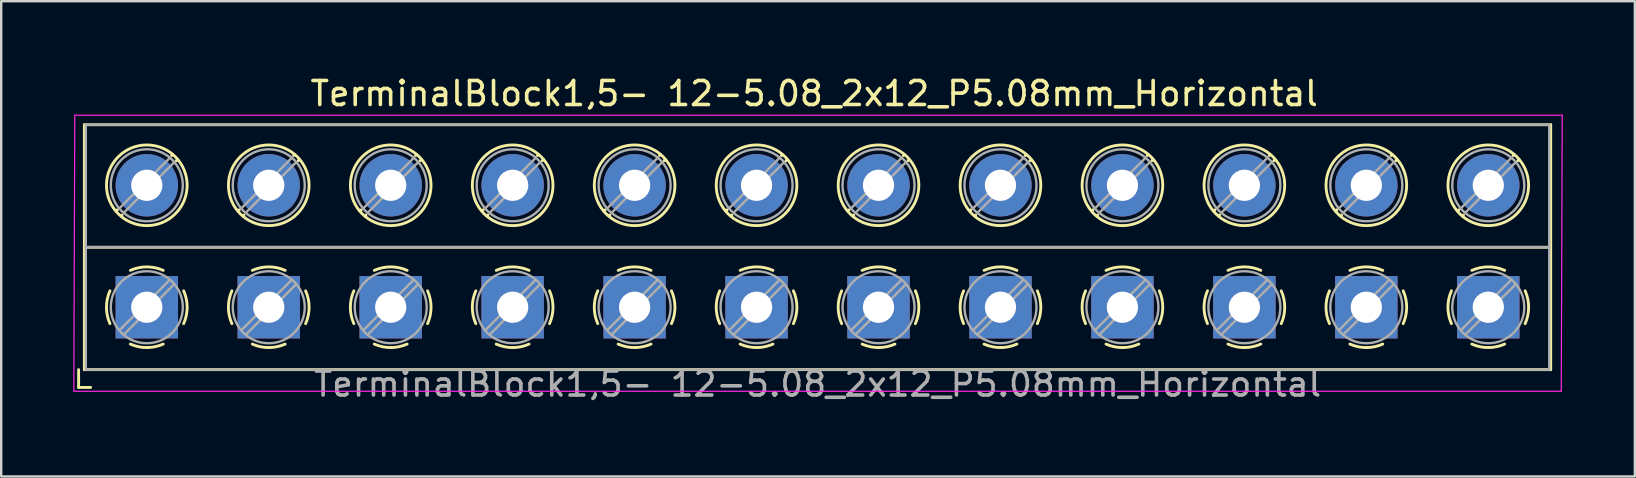
<source format=kicad_pcb>
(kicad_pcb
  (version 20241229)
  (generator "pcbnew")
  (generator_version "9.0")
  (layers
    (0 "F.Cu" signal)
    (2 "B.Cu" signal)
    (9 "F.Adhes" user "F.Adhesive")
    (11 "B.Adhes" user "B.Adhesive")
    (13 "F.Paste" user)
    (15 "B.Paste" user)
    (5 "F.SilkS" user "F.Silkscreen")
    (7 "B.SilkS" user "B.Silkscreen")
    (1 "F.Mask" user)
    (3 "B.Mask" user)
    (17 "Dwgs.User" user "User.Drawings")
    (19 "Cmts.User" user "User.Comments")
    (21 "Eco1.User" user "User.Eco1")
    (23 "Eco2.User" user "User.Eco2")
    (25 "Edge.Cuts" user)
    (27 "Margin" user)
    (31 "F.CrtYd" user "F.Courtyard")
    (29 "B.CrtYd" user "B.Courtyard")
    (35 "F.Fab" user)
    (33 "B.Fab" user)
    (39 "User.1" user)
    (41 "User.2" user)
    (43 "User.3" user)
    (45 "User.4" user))
  (footprint "TerminalBlock1,5- 12-5.08_2x12_P5.08mm_Horizontal"
    (layer "F.Cu")
    (at 3.065 9.748)
    (property "Reference" "TerminalBlock1,5- 12-5.08_2x12_P5.08mm_Horizontal" (at 27.8 -8.9 0) (layer "F.SilkS") (effects (font (size 1 1) (thickness 0.15))))
    (attr through_hole)
    (fp_line (start -2.84 2.6) (end -2.84 3.34) (stroke (width 0.12) (type solid)) (layer "F.SilkS"))
    (fp_line (start -2.84 3.34) (end -2.34 3.34) (stroke (width 0.12) (type solid)) (layer "F.SilkS"))
    (fp_line (start -2.6 -7.6) (end -2.6 2.6) (stroke (width 0.12) (type solid)) (layer "F.SilkS"))
    (fp_line (start -2.6 -7.6) (end 58.48 -7.6) (stroke (width 0.12) (type solid)) (layer "F.SilkS"))
    (fp_line (start -2.6 -2.5) (end 58.48 -2.5) (stroke (width 0.12) (type solid)) (layer "F.SilkS"))
    (fp_line (start -2.6 2.6) (end 58.48 2.6) (stroke (width 0.12) (type solid)) (layer "F.SilkS"))
    (fp_line (start -1.227 -4.057) (end -1.274 -4.011) (stroke (width 0.12) (type solid)) (layer "F.SilkS"))
    (fp_line (start -1.034 -3.841) (end -1.069 -3.806) (stroke (width 0.12) (type solid)) (layer "F.SilkS"))
    (fp_line (start 1.07 -6.355) (end 1.035 -6.319) (stroke (width 0.12) (type solid)) (layer "F.SilkS"))
    (fp_line (start 1.275 -6.149) (end 1.228 -6.103) (stroke (width 0.12) (type solid)) (layer "F.SilkS"))
    (fp_line (start 3.853 -4.057) (end 3.806 -4.011) (stroke (width 0.12) (type solid)) (layer "F.SilkS"))
    (fp_line (start 4.046 -3.841) (end 4.011 -3.806) (stroke (width 0.12) (type solid)) (layer "F.SilkS"))
    (fp_line (start 6.15 -6.355) (end 6.115 -6.319) (stroke (width 0.12) (type solid)) (layer "F.SilkS"))
    (fp_line (start 6.355 -6.149) (end 6.308 -6.103) (stroke (width 0.12) (type solid)) (layer "F.SilkS"))
    (fp_line (start 8.933 -4.057) (end 8.886 -4.011) (stroke (width 0.12) (type solid)) (layer "F.SilkS"))
    (fp_line (start 9.126 -3.841) (end 9.091 -3.806) (stroke (width 0.12) (type solid)) (layer "F.SilkS"))
    (fp_line (start 11.23 -6.355) (end 11.195 -6.319) (stroke (width 0.12) (type solid)) (layer "F.SilkS"))
    (fp_line (start 11.435 -6.149) (end 11.388 -6.103) (stroke (width 0.12) (type solid)) (layer "F.SilkS"))
    (fp_line (start 14.013 -4.057) (end 13.966 -4.011) (stroke (width 0.12) (type solid)) (layer "F.SilkS"))
    (fp_line (start 14.206 -3.841) (end 14.171 -3.806) (stroke (width 0.12) (type solid)) (layer "F.SilkS"))
    (fp_line (start 16.31 -6.355) (end 16.275 -6.319) (stroke (width 0.12) (type solid)) (layer "F.SilkS"))
    (fp_line (start 16.515 -6.149) (end 16.468 -6.103) (stroke (width 0.12) (type solid)) (layer "F.SilkS"))
    (fp_line (start 19.093 -4.057) (end 19.046 -4.011) (stroke (width 0.12) (type solid)) (layer "F.SilkS"))
    (fp_line (start 19.286 -3.841) (end 19.251 -3.806) (stroke (width 0.12) (type solid)) (layer "F.SilkS"))
    (fp_line (start 21.39 -6.355) (end 21.355 -6.319) (stroke (width 0.12) (type solid)) (layer "F.SilkS"))
    (fp_line (start 21.595 -6.149) (end 21.548 -6.103) (stroke (width 0.12) (type solid)) (layer "F.SilkS"))
    (fp_line (start 24.173 -4.057) (end 24.126 -4.011) (stroke (width 0.12) (type solid)) (layer "F.SilkS"))
    (fp_line (start 24.366 -3.841) (end 24.331 -3.806) (stroke (width 0.12) (type solid)) (layer "F.SilkS"))
    (fp_line (start 26.47 -6.355) (end 26.435 -6.319) (stroke (width 0.12) (type solid)) (layer "F.SilkS"))
    (fp_line (start 26.675 -6.149) (end 26.628 -6.103) (stroke (width 0.12) (type solid)) (layer "F.SilkS"))
    (fp_line (start 29.253 -4.057) (end 29.206 -4.011) (stroke (width 0.12) (type solid)) (layer "F.SilkS"))
    (fp_line (start 29.446 -3.841) (end 29.411 -3.806) (stroke (width 0.12) (type solid)) (layer "F.SilkS"))
    (fp_line (start 31.55 -6.355) (end 31.515 -6.319) (stroke (width 0.12) (type solid)) (layer "F.SilkS"))
    (fp_line (start 31.755 -6.149) (end 31.708 -6.103) (stroke (width 0.12) (type solid)) (layer "F.SilkS"))
    (fp_line (start 34.333 -4.057) (end 34.286 -4.011) (stroke (width 0.12) (type solid)) (layer "F.SilkS"))
    (fp_line (start 34.526 -3.841) (end 34.491 -3.806) (stroke (width 0.12) (type solid)) (layer "F.SilkS"))
    (fp_line (start 36.63 -6.355) (end 36.595 -6.319) (stroke (width 0.12) (type solid)) (layer "F.SilkS"))
    (fp_line (start 36.835 -6.149) (end 36.788 -6.103) (stroke (width 0.12) (type solid)) (layer "F.SilkS"))
    (fp_line (start 39.413 -4.057) (end 39.366 -4.011) (stroke (width 0.12) (type solid)) (layer "F.SilkS"))
    (fp_line (start 39.606 -3.841) (end 39.571 -3.806) (stroke (width 0.12) (type solid)) (layer "F.SilkS"))
    (fp_line (start 41.71 -6.355) (end 41.675 -6.319) (stroke (width 0.12) (type solid)) (layer "F.SilkS"))
    (fp_line (start 41.915 -6.149) (end 41.868 -6.103) (stroke (width 0.12) (type solid)) (layer "F.SilkS"))
    (fp_line (start 44.493 -4.057) (end 44.446 -4.011) (stroke (width 0.12) (type solid)) (layer "F.SilkS"))
    (fp_line (start 44.686 -3.841) (end 44.651 -3.806) (stroke (width 0.12) (type solid)) (layer "F.SilkS"))
    (fp_line (start 46.79 -6.355) (end 46.755 -6.319) (stroke (width 0.12) (type solid)) (layer "F.SilkS"))
    (fp_line (start 46.995 -6.149) (end 46.948 -6.103) (stroke (width 0.12) (type solid)) (layer "F.SilkS"))
    (fp_line (start 49.573 -4.057) (end 49.526 -4.011) (stroke (width 0.12) (type solid)) (layer "F.SilkS"))
    (fp_line (start 49.766 -3.841) (end 49.731 -3.806) (stroke (width 0.12) (type solid)) (layer "F.SilkS"))
    (fp_line (start 51.87 -6.355) (end 51.835 -6.319) (stroke (width 0.12) (type solid)) (layer "F.SilkS"))
    (fp_line (start 52.075 -6.149) (end 52.028 -6.103) (stroke (width 0.12) (type solid)) (layer "F.SilkS"))
    (fp_line (start 54.653 -4.057) (end 54.606 -4.011) (stroke (width 0.12) (type solid)) (layer "F.SilkS"))
    (fp_line (start 54.846 -3.841) (end 54.811 -3.806) (stroke (width 0.12) (type solid)) (layer "F.SilkS"))
    (fp_line (start 56.95 -6.355) (end 56.915 -6.319) (stroke (width 0.12) (type solid)) (layer "F.SilkS"))
    (fp_line (start 57.155 -6.149) (end 57.108 -6.103) (stroke (width 0.12) (type solid)) (layer "F.SilkS"))
    (fp_line (start 58.48 -7.6) (end 58.48 2.6) (stroke (width 0.12) (type solid)) (layer "F.SilkS"))
    (fp_arc (start -1.535427 0.683042) (mid -1.680501 -0.000524) (end -1.535 -0.684) (stroke (width 0.12) (type solid)) (layer "F.SilkS"))
    (fp_arc (start -0.683042 -1.535427) (mid 0.000524 -1.680501) (end 0.684 -1.535) (stroke (width 0.12) (type solid)) (layer "F.SilkS"))
    (fp_arc (start 0.028805 1.680253) (mid -0.335551 1.646659) (end -0.684 1.535) (stroke (width 0.12) (type solid)) (layer "F.SilkS"))
    (fp_arc (start 0.683318 1.534756) (mid 0.349292 1.643288) (end 0 1.68) (stroke (width 0.12) (type solid)) (layer "F.SilkS"))
    (fp_arc (start 1.535427 -0.683042) (mid 1.680501 0.000524) (end 1.535 0.684) (stroke (width 0.12) (type solid)) (layer "F.SilkS"))
    (fp_arc (start 3.544573 0.683042) (mid 3.399499 -0.000524) (end 3.545 -0.684) (stroke (width 0.12) (type solid)) (layer "F.SilkS"))
    (fp_arc (start 4.396958 -1.535427) (mid 5.080524 -1.680501) (end 5.764 -1.535) (stroke (width 0.12) (type solid)) (layer "F.SilkS"))
    (fp_arc (start 5.108805 1.680253) (mid 4.744449 1.646659) (end 4.396 1.535) (stroke (width 0.12) (type solid)) (layer "F.SilkS"))
    (fp_arc (start 5.763318 1.534756) (mid 5.429292 1.643288) (end 5.08 1.68) (stroke (width 0.12) (type solid)) (layer "F.SilkS"))
    (fp_arc (start 6.615427 -0.683042) (mid 6.760501 0.000524) (end 6.615 0.684) (stroke (width 0.12) (type solid)) (layer "F.SilkS"))
    (fp_arc (start 8.624573 0.683042) (mid 8.479499 -0.000524) (end 8.625 -0.684) (stroke (width 0.12) (type solid)) (layer "F.SilkS"))
    (fp_arc (start 9.476958 -1.535427) (mid 10.160524 -1.680501) (end 10.844 -1.535) (stroke (width 0.12) (type solid)) (layer "F.SilkS"))
    (fp_arc (start 10.188805 1.680253) (mid 9.824449 1.646659) (end 9.476 1.535) (stroke (width 0.12) (type solid)) (layer "F.SilkS"))
    (fp_arc (start 10.843318 1.534756) (mid 10.509292 1.643288) (end 10.16 1.68) (stroke (width 0.12) (type solid)) (layer "F.SilkS"))
    (fp_arc (start 11.695427 -0.683042) (mid 11.840501 0.000524) (end 11.695 0.684) (stroke (width 0.12) (type solid)) (layer "F.SilkS"))
    (fp_arc (start 13.704573 0.683042) (mid 13.559499 -0.000524) (end 13.705 -0.684) (stroke (width 0.12) (type solid)) (layer "F.SilkS"))
    (fp_arc (start 14.556958 -1.535427) (mid 15.240524 -1.680501) (end 15.924 -1.535) (stroke (width 0.12) (type solid)) (layer "F.SilkS"))
    (fp_arc (start 15.268805 1.680253) (mid 14.904449 1.646659) (end 14.556 1.535) (stroke (width 0.12) (type solid)) (layer "F.SilkS"))
    (fp_arc (start 15.923318 1.534756) (mid 15.589292 1.643288) (end 15.24 1.68) (stroke (width 0.12) (type solid)) (layer "F.SilkS"))
    (fp_arc (start 16.775427 -0.683042) (mid 16.920501 0.000524) (end 16.775 0.684) (stroke (width 0.12) (type solid)) (layer "F.SilkS"))
    (fp_arc (start 18.784573 0.683042) (mid 18.639499 -0.000524) (end 18.785 -0.684) (stroke (width 0.12) (type solid)) (layer "F.SilkS"))
    (fp_arc (start 19.636958 -1.535427) (mid 20.320524 -1.680501) (end 21.004 -1.535) (stroke (width 0.12) (type solid)) (layer "F.SilkS"))
    (fp_arc (start 20.348805 1.680253) (mid 19.984449 1.646659) (end 19.636 1.535) (stroke (width 0.12) (type solid)) (layer "F.SilkS"))
    (fp_arc (start 21.003318 1.534756) (mid 20.669292 1.643288) (end 20.32 1.68) (stroke (width 0.12) (type solid)) (layer "F.SilkS"))
    (fp_arc (start 21.855427 -0.683042) (mid 22.000501 0.000524) (end 21.855 0.684) (stroke (width 0.12) (type solid)) (layer "F.SilkS"))
    (fp_arc (start 23.864573 0.683042) (mid 23.719499 -0.000524) (end 23.865 -0.684) (stroke (width 0.12) (type solid)) (layer "F.SilkS"))
    (fp_arc (start 24.716958 -1.535427) (mid 25.400524 -1.680501) (end 26.084 -1.535) (stroke (width 0.12) (type solid)) (layer "F.SilkS"))
    (fp_arc (start 25.428805 1.680253) (mid 25.064449 1.646659) (end 24.716 1.535) (stroke (width 0.12) (type solid)) (layer "F.SilkS"))
    (fp_arc (start 26.083318 1.534756) (mid 25.749292 1.643288) (end 25.4 1.68) (stroke (width 0.12) (type solid)) (layer "F.SilkS"))
    (fp_arc (start 26.935427 -0.683042) (mid 27.080501 0.000524) (end 26.935 0.684) (stroke (width 0.12) (type solid)) (layer "F.SilkS"))
    (fp_arc (start 28.944573 0.683042) (mid 28.799499 -0.000524) (end 28.945 -0.684) (stroke (width 0.12) (type solid)) (layer "F.SilkS"))
    (fp_arc (start 29.796958 -1.535427) (mid 30.480524 -1.680501) (end 31.164 -1.535) (stroke (width 0.12) (type solid)) (layer "F.SilkS"))
    (fp_arc (start 30.508805 1.680253) (mid 30.144449 1.646659) (end 29.796 1.535) (stroke (width 0.12) (type solid)) (layer "F.SilkS"))
    (fp_arc (start 31.163318 1.534756) (mid 30.829292 1.643288) (end 30.48 1.68) (stroke (width 0.12) (type solid)) (layer "F.SilkS"))
    (fp_arc (start 32.015427 -0.683042) (mid 32.160501 0.000524) (end 32.015 0.684) (stroke (width 0.12) (type solid)) (layer "F.SilkS"))
    (fp_arc (start 34.024573 0.683042) (mid 33.879499 -0.000524) (end 34.025 -0.684) (stroke (width 0.12) (type solid)) (layer "F.SilkS"))
    (fp_arc (start 34.876958 -1.535427) (mid 35.560524 -1.680501) (end 36.244 -1.535) (stroke (width 0.12) (type solid)) (layer "F.SilkS"))
    (fp_arc (start 35.588805 1.680253) (mid 35.224449 1.646659) (end 34.876 1.535) (stroke (width 0.12) (type solid)) (layer "F.SilkS"))
    (fp_arc (start 36.243318 1.534756) (mid 35.909292 1.643288) (end 35.56 1.68) (stroke (width 0.12) (type solid)) (layer "F.SilkS"))
    (fp_arc (start 37.095427 -0.683042) (mid 37.240501 0.000524) (end 37.095 0.684) (stroke (width 0.12) (type solid)) (layer "F.SilkS"))
    (fp_arc (start 39.104573 0.683042) (mid 38.959499 -0.000524) (end 39.105 -0.684) (stroke (width 0.12) (type solid)) (layer "F.SilkS"))
    (fp_arc (start 39.956958 -1.535427) (mid 40.640524 -1.680501) (end 41.324 -1.535) (stroke (width 0.12) (type solid)) (layer "F.SilkS"))
    (fp_arc (start 40.668805 1.680253) (mid 40.304449 1.646659) (end 39.956 1.535) (stroke (width 0.12) (type solid)) (layer "F.SilkS"))
    (fp_arc (start 41.323318 1.534756) (mid 40.989292 1.643288) (end 40.64 1.68) (stroke (width 0.12) (type solid)) (layer "F.SilkS"))
    (fp_arc (start 42.175427 -0.683042) (mid 42.320501 0.000524) (end 42.175 0.684) (stroke (width 0.12) (type solid)) (layer "F.SilkS"))
    (fp_arc (start 44.184573 0.683042) (mid 44.039499 -0.000524) (end 44.185 -0.684) (stroke (width 0.12) (type solid)) (layer "F.SilkS"))
    (fp_arc (start 45.036958 -1.535427) (mid 45.720524 -1.680501) (end 46.404 -1.535) (stroke (width 0.12) (type solid)) (layer "F.SilkS"))
    (fp_arc (start 45.748805 1.680253) (mid 45.384449 1.646659) (end 45.036 1.535) (stroke (width 0.12) (type solid)) (layer "F.SilkS"))
    (fp_arc (start 46.403318 1.534756) (mid 46.069292 1.643288) (end 45.72 1.68) (stroke (width 0.12) (type solid)) (layer "F.SilkS"))
    (fp_arc (start 47.255427 -0.683042) (mid 47.400501 0.000524) (end 47.255 0.684) (stroke (width 0.12) (type solid)) (layer "F.SilkS"))
    (fp_arc (start 49.264573 0.683042) (mid 49.119499 -0.000524) (end 49.265 -0.684) (stroke (width 0.12) (type solid)) (layer "F.SilkS"))
    (fp_arc (start 50.116958 -1.535427) (mid 50.800524 -1.680501) (end 51.484 -1.535) (stroke (width 0.12) (type solid)) (layer "F.SilkS"))
    (fp_arc (start 50.828805 1.680253) (mid 50.464449 1.646659) (end 50.116 1.535) (stroke (width 0.12) (type solid)) (layer "F.SilkS"))
    (fp_arc (start 51.483318 1.534756) (mid 51.149292 1.643288) (end 50.8 1.68) (stroke (width 0.12) (type solid)) (layer "F.SilkS"))
    (fp_arc (start 52.335427 -0.683042) (mid 52.480501 0.000524) (end 52.335 0.684) (stroke (width 0.12) (type solid)) (layer "F.SilkS"))
    (fp_arc (start 54.344573 0.683042) (mid 54.199499 -0.000524) (end 54.345 -0.684) (stroke (width 0.12) (type solid)) (layer "F.SilkS"))
    (fp_arc (start 55.196958 -1.535427) (mid 55.880524 -1.680501) (end 56.564 -1.535) (stroke (width 0.12) (type solid)) (layer "F.SilkS"))
    (fp_arc (start 55.908805 1.680253) (mid 55.544449 1.646659) (end 55.196 1.535) (stroke (width 0.12) (type solid)) (layer "F.SilkS"))
    (fp_arc (start 56.563318 1.534756) (mid 56.229292 1.643288) (end 55.88 1.68) (stroke (width 0.12) (type solid)) (layer "F.SilkS"))
    (fp_arc (start 57.415427 -0.683042) (mid 57.560501 0.000524) (end 57.415 0.684) (stroke (width 0.12) (type solid)) (layer "F.SilkS"))
    (fp_circle (center 0 -5.08) (end 1.68 -5.08) (stroke (width 0.12) (type solid)) (fill no) (layer "F.SilkS"))
    (fp_circle (center 5.08 -5.08) (end 6.76 -5.08) (stroke (width 0.12) (type solid)) (fill no) (layer "F.SilkS"))
    (fp_circle (center 10.16 -5.08) (end 11.84 -5.08) (stroke (width 0.12) (type solid)) (fill no) (layer "F.SilkS"))
    (fp_circle (center 15.24 -5.08) (end 16.92 -5.08) (stroke (width 0.12) (type solid)) (fill no) (layer "F.SilkS"))
    (fp_circle (center 20.32 -5.08) (end 22 -5.08) (stroke (width 0.12) (type solid)) (fill no) (layer "F.SilkS"))
    (fp_circle (center 25.4 -5.08) (end 27.08 -5.08) (stroke (width 0.12) (type solid)) (fill no) (layer "F.SilkS"))
    (fp_circle (center 30.48 -5.08) (end 32.16 -5.08) (stroke (width 0.12) (type solid)) (fill no) (layer "F.SilkS"))
    (fp_circle (center 35.56 -5.08) (end 37.24 -5.08) (stroke (width 0.12) (type solid)) (fill no) (layer "F.SilkS"))
    (fp_circle (center 40.64 -5.08) (end 42.32 -5.08) (stroke (width 0.12) (type solid)) (fill no) (layer "F.SilkS"))
    (fp_circle (center 45.72 -5.08) (end 47.4 -5.08) (stroke (width 0.12) (type solid)) (fill no) (layer "F.SilkS"))
    (fp_circle (center 50.8 -5.08) (end 52.48 -5.08) (stroke (width 0.12) (type solid)) (fill no) (layer "F.SilkS"))
    (fp_circle (center 55.88 -5.08) (end 57.56 -5.08) (stroke (width 0.12) (type solid)) (fill no) (layer "F.SilkS"))
    (fp_line (start -3.04 3.5) (end 58.92 3.5) (stroke (width 0.05) (type solid)) (layer "F.CrtYd"))
    (fp_line (start -3 -8) (end -3.04 3.5) (stroke (width 0.05) (type solid)) (layer "F.CrtYd"))
    (fp_line (start 58.92 3.5) (end 58.96 -8) (stroke (width 0.05) (type solid)) (layer "F.CrtYd"))
    (fp_line (start 58.96 -8) (end -3 -8) (stroke (width 0.05) (type solid)) (layer "F.CrtYd"))
    (fp_line (start -2.54 -7.6) (end 58.42 -7.6) (stroke (width 0.1) (type solid)) (layer "F.Fab"))
    (fp_line (start -2.54 -2.5) (end 58.42 -2.5) (stroke (width 0.1) (type solid)) (layer "F.Fab"))
    (fp_line (start -2.54 2.6) (end -2.54 -7.6) (stroke (width 0.1) (type solid)) (layer "F.Fab"))
    (fp_line (start -2.54 2.6) (end 58.42 2.6) (stroke (width 0.1) (type solid)) (layer "F.Fab"))
    (fp_line (start 0.955 -6.218) (end -1.137 -4.125) (stroke (width 0.1) (type solid)) (layer "F.Fab"))
    (fp_line (start 0.955 -1.138) (end -1.138 0.955) (stroke (width 0.1) (type solid)) (layer "F.Fab"))
    (fp_line (start 1.138 -6.035) (end -0.954 -3.942) (stroke (width 0.1) (type solid)) (layer "F.Fab"))
    (fp_line (start 1.138 -0.955) (end -0.955 1.138) (stroke (width 0.1) (type solid)) (layer "F.Fab"))
    (fp_line (start 6.035 -6.218) (end 3.943 -4.125) (stroke (width 0.1) (type solid)) (layer "F.Fab"))
    (fp_line (start 6.035 -1.138) (end 3.942 0.955) (stroke (width 0.1) (type solid)) (layer "F.Fab"))
    (fp_line (start 6.218 -6.035) (end 4.126 -3.942) (stroke (width 0.1) (type solid)) (layer "F.Fab"))
    (fp_line (start 6.218 -0.955) (end 4.125 1.138) (stroke (width 0.1) (type solid)) (layer "F.Fab"))
    (fp_line (start 11.115 -6.218) (end 9.023 -4.125) (stroke (width 0.1) (type solid)) (layer "F.Fab"))
    (fp_line (start 11.115 -1.138) (end 9.022 0.955) (stroke (width 0.1) (type solid)) (layer "F.Fab"))
    (fp_line (start 11.298 -6.035) (end 9.206 -3.942) (stroke (width 0.1) (type solid)) (layer "F.Fab"))
    (fp_line (start 11.298 -0.955) (end 9.205 1.138) (stroke (width 0.1) (type solid)) (layer "F.Fab"))
    (fp_line (start 16.195 -6.218) (end 14.103 -4.125) (stroke (width 0.1) (type solid)) (layer "F.Fab"))
    (fp_line (start 16.195 -1.138) (end 14.102 0.955) (stroke (width 0.1) (type solid)) (layer "F.Fab"))
    (fp_line (start 16.378 -6.035) (end 14.286 -3.942) (stroke (width 0.1) (type solid)) (layer "F.Fab"))
    (fp_line (start 16.378 -0.955) (end 14.285 1.138) (stroke (width 0.1) (type solid)) (layer "F.Fab"))
    (fp_line (start 21.275 -6.218) (end 19.183 -4.125) (stroke (width 0.1) (type solid)) (layer "F.Fab"))
    (fp_line (start 21.275 -1.138) (end 19.182 0.955) (stroke (width 0.1) (type solid)) (layer "F.Fab"))
    (fp_line (start 21.458 -6.035) (end 19.366 -3.942) (stroke (width 0.1) (type solid)) (layer "F.Fab"))
    (fp_line (start 21.458 -0.955) (end 19.365 1.138) (stroke (width 0.1) (type solid)) (layer "F.Fab"))
    (fp_line (start 26.355 -6.218) (end 24.263 -4.125) (stroke (width 0.1) (type solid)) (layer "F.Fab"))
    (fp_line (start 26.355 -1.138) (end 24.262 0.955) (stroke (width 0.1) (type solid)) (layer "F.Fab"))
    (fp_line (start 26.538 -6.035) (end 24.446 -3.942) (stroke (width 0.1) (type solid)) (layer "F.Fab"))
    (fp_line (start 26.538 -0.955) (end 24.445 1.138) (stroke (width 0.1) (type solid)) (layer "F.Fab"))
    (fp_line (start 31.435 -6.218) (end 29.343 -4.125) (stroke (width 0.1) (type solid)) (layer "F.Fab"))
    (fp_line (start 31.435 -1.138) (end 29.342 0.955) (stroke (width 0.1) (type solid)) (layer "F.Fab"))
    (fp_line (start 31.618 -6.035) (end 29.526 -3.942) (stroke (width 0.1) (type solid)) (layer "F.Fab"))
    (fp_line (start 31.618 -0.955) (end 29.525 1.138) (stroke (width 0.1) (type solid)) (layer "F.Fab"))
    (fp_line (start 36.515 -6.218) (end 34.423 -4.125) (stroke (width 0.1) (type solid)) (layer "F.Fab"))
    (fp_line (start 36.515 -1.138) (end 34.422 0.955) (stroke (width 0.1) (type solid)) (layer "F.Fab"))
    (fp_line (start 36.698 -6.035) (end 34.606 -3.942) (stroke (width 0.1) (type solid)) (layer "F.Fab"))
    (fp_line (start 36.698 -0.955) (end 34.605 1.138) (stroke (width 0.1) (type solid)) (layer "F.Fab"))
    (fp_line (start 41.595 -6.218) (end 39.503 -4.125) (stroke (width 0.1) (type solid)) (layer "F.Fab"))
    (fp_line (start 41.595 -1.138) (end 39.502 0.955) (stroke (width 0.1) (type solid)) (layer "F.Fab"))
    (fp_line (start 41.778 -6.035) (end 39.686 -3.942) (stroke (width 0.1) (type solid)) (layer "F.Fab"))
    (fp_line (start 41.778 -0.955) (end 39.685 1.138) (stroke (width 0.1) (type solid)) (layer "F.Fab"))
    (fp_line (start 46.675 -6.218) (end 44.583 -4.125) (stroke (width 0.1) (type solid)) (layer "F.Fab"))
    (fp_line (start 46.675 -1.138) (end 44.582 0.955) (stroke (width 0.1) (type solid)) (layer "F.Fab"))
    (fp_line (start 46.858 -6.035) (end 44.766 -3.942) (stroke (width 0.1) (type solid)) (layer "F.Fab"))
    (fp_line (start 46.858 -0.955) (end 44.765 1.138) (stroke (width 0.1) (type solid)) (layer "F.Fab"))
    (fp_line (start 51.755 -6.218) (end 49.663 -4.125) (stroke (width 0.1) (type solid)) (layer "F.Fab"))
    (fp_line (start 51.755 -1.138) (end 49.662 0.955) (stroke (width 0.1) (type solid)) (layer "F.Fab"))
    (fp_line (start 51.938 -6.035) (end 49.846 -3.942) (stroke (width 0.1) (type solid)) (layer "F.Fab"))
    (fp_line (start 51.938 -0.955) (end 49.845 1.138) (stroke (width 0.1) (type solid)) (layer "F.Fab"))
    (fp_line (start 56.835 -6.218) (end 54.743 -4.125) (stroke (width 0.1) (type solid)) (layer "F.Fab"))
    (fp_line (start 56.835 -1.138) (end 54.742 0.955) (stroke (width 0.1) (type solid)) (layer "F.Fab"))
    (fp_line (start 57.018 -6.035) (end 54.926 -3.942) (stroke (width 0.1) (type solid)) (layer "F.Fab"))
    (fp_line (start 57.018 -0.955) (end 54.925 1.138) (stroke (width 0.1) (type solid)) (layer "F.Fab"))
    (fp_line (start 58.42 -7.6) (end 58.42 2.6) (stroke (width 0.1) (type solid)) (layer "F.Fab"))
    (fp_circle (center 0 -5.08) (end 1.5 -5.08) (stroke (width 0.1) (type solid)) (fill no) (layer "F.Fab"))
    (fp_circle (center 0 0) (end 1.5 0) (stroke (width 0.1) (type solid)) (fill no) (layer "F.Fab"))
    (fp_circle (center 5.08 -5.08) (end 6.58 -5.08) (stroke (width 0.1) (type solid)) (fill no) (layer "F.Fab"))
    (fp_circle (center 5.08 0) (end 6.58 0) (stroke (width 0.1) (type solid)) (fill no) (layer "F.Fab"))
    (fp_circle (center 10.16 -5.08) (end 11.66 -5.08) (stroke (width 0.1) (type solid)) (fill no) (layer "F.Fab"))
    (fp_circle (center 10.16 0) (end 11.66 0) (stroke (width 0.1) (type solid)) (fill no) (layer "F.Fab"))
    (fp_circle (center 15.24 -5.08) (end 16.74 -5.08) (stroke (width 0.1) (type solid)) (fill no) (layer "F.Fab"))
    (fp_circle (center 15.24 0) (end 16.74 0) (stroke (width 0.1) (type solid)) (fill no) (layer "F.Fab"))
    (fp_circle (center 20.32 -5.08) (end 21.82 -5.08) (stroke (width 0.1) (type solid)) (fill no) (layer "F.Fab"))
    (fp_circle (center 20.32 0) (end 21.82 0) (stroke (width 0.1) (type solid)) (fill no) (layer "F.Fab"))
    (fp_circle (center 25.4 -5.08) (end 26.9 -5.08) (stroke (width 0.1) (type solid)) (fill no) (layer "F.Fab"))
    (fp_circle (center 25.4 0) (end 26.9 0) (stroke (width 0.1) (type solid)) (fill no) (layer "F.Fab"))
    (fp_circle (center 30.48 -5.08) (end 31.98 -5.08) (stroke (width 0.1) (type solid)) (fill no) (layer "F.Fab"))
    (fp_circle (center 30.48 0) (end 31.98 0) (stroke (width 0.1) (type solid)) (fill no) (layer "F.Fab"))
    (fp_circle (center 35.56 -5.08) (end 37.06 -5.08) (stroke (width 0.1) (type solid)) (fill no) (layer "F.Fab"))
    (fp_circle (center 35.56 0) (end 37.06 0) (stroke (width 0.1) (type solid)) (fill no) (layer "F.Fab"))
    (fp_circle (center 40.64 -5.08) (end 42.14 -5.08) (stroke (width 0.1) (type solid)) (fill no) (layer "F.Fab"))
    (fp_circle (center 40.64 0) (end 42.14 0) (stroke (width 0.1) (type solid)) (fill no) (layer "F.Fab"))
    (fp_circle (center 45.72 -5.08) (end 47.22 -5.08) (stroke (width 0.1) (type solid)) (fill no) (layer "F.Fab"))
    (fp_circle (center 45.72 0) (end 47.22 0) (stroke (width 0.1) (type solid)) (fill no) (layer "F.Fab"))
    (fp_circle (center 50.8 -5.08) (end 52.3 -5.08) (stroke (width 0.1) (type solid)) (fill no) (layer "F.Fab"))
    (fp_circle (center 50.8 0) (end 52.3 0) (stroke (width 0.1) (type solid)) (fill no) (layer "F.Fab"))
    (fp_circle (center 55.88 -5.08) (end 57.38 -5.08) (stroke (width 0.1) (type solid)) (fill no) (layer "F.Fab"))
    (fp_circle (center 55.88 0) (end 57.38 0) (stroke (width 0.1) (type solid)) (fill no) (layer "F.Fab"))
    (fp_text user "${REFERENCE}" (at 27.94 3.2 0) (layer "F.Fab") (effects (font (size 1 1) (thickness 0.15))))
    (pad "1" thru_hole rect (at 0 0) (size 2.6 2.6) (drill 1.3) (layers "*.Cu" "*.Mask"))
    (pad "2" thru_hole circle (at 0 -5.08) (size 2.6 2.6) (drill 1.3) (layers "*.Cu" "*.Mask"))
    (pad "3" thru_hole rect (at 5.08 0) (size 2.6 2.6) (drill 1.3) (layers "*.Cu" "*.Mask"))
    (pad "4" thru_hole circle (at 5.08 -5.08) (size 2.6 2.6) (drill 1.3) (layers "*.Cu" "*.Mask"))
    (pad "5" thru_hole rect (at 10.16 0) (size 2.6 2.6) (drill 1.3) (layers "*.Cu" "*.Mask"))
    (pad "6" thru_hole circle (at 10.16 -5.08) (size 2.6 2.6) (drill 1.3) (layers "*.Cu" "*.Mask"))
    (pad "7" thru_hole rect (at 15.24 0) (size 2.6 2.6) (drill 1.3) (layers "*.Cu" "*.Mask"))
    (pad "8" thru_hole circle (at 15.24 -5.08) (size 2.6 2.6) (drill 1.3) (layers "*.Cu" "*.Mask"))
    (pad "9" thru_hole rect (at 20.32 0) (size 2.6 2.6) (drill 1.3) (layers "*.Cu" "*.Mask"))
    (pad "10" thru_hole circle (at 20.32 -5.08) (size 2.6 2.6) (drill 1.3) (layers "*.Cu" "*.Mask"))
    (pad "11" thru_hole rect (at 25.4 0) (size 2.6 2.6) (drill 1.3) (layers "*.Cu" "*.Mask"))
    (pad "12" thru_hole circle (at 25.4 -5.08) (size 2.6 2.6) (drill 1.3) (layers "*.Cu" "*.Mask"))
    (pad "13" thru_hole rect (at 30.48 0) (size 2.6 2.6) (drill 1.3) (layers "*.Cu" "*.Mask"))
    (pad "14" thru_hole circle (at 30.48 -5.08) (size 2.6 2.6) (drill 1.3) (layers "*.Cu" "*.Mask"))
    (pad "15" thru_hole rect (at 35.56 0) (size 2.6 2.6) (drill 1.3) (layers "*.Cu" "*.Mask"))
    (pad "16" thru_hole circle (at 35.56 -5.08) (size 2.6 2.6) (drill 1.3) (layers "*.Cu" "*.Mask"))
    (pad "17" thru_hole rect (at 40.64 0) (size 2.6 2.6) (drill 1.3) (layers "*.Cu" "*.Mask"))
    (pad "18" thru_hole circle (at 40.64 -5.08) (size 2.6 2.6) (drill 1.3) (layers "*.Cu" "*.Mask"))
    (pad "19" thru_hole rect (at 45.72 0) (size 2.6 2.6) (drill 1.3) (layers "*.Cu" "*.Mask"))
    (pad "20" thru_hole circle (at 45.72 -5.08) (size 2.6 2.6) (drill 1.3) (layers "*.Cu" "*.Mask"))
    (pad "21" thru_hole rect (at 50.8 0) (size 2.6 2.6) (drill 1.3) (layers "*.Cu" "*.Mask"))
    (pad "22" thru_hole circle (at 50.8 -5.08) (size 2.6 2.6) (drill 1.3) (layers "*.Cu" "*.Mask"))
    (pad "23" thru_hole rect (at 55.88 0) (size 2.6 2.6) (drill 1.3) (layers "*.Cu" "*.Mask"))
    (pad "24" thru_hole circle (at 55.88 -5.08) (size 2.6 2.6) (drill 1.3) (layers "*.Cu" "*.Mask")))
  (gr_rect
    (start -3 -3)
    (end 65.05 16.797)
    (stroke (width 0.1) (type default))
    (fill no)
    (layer "Edge.Cuts")))
</source>
